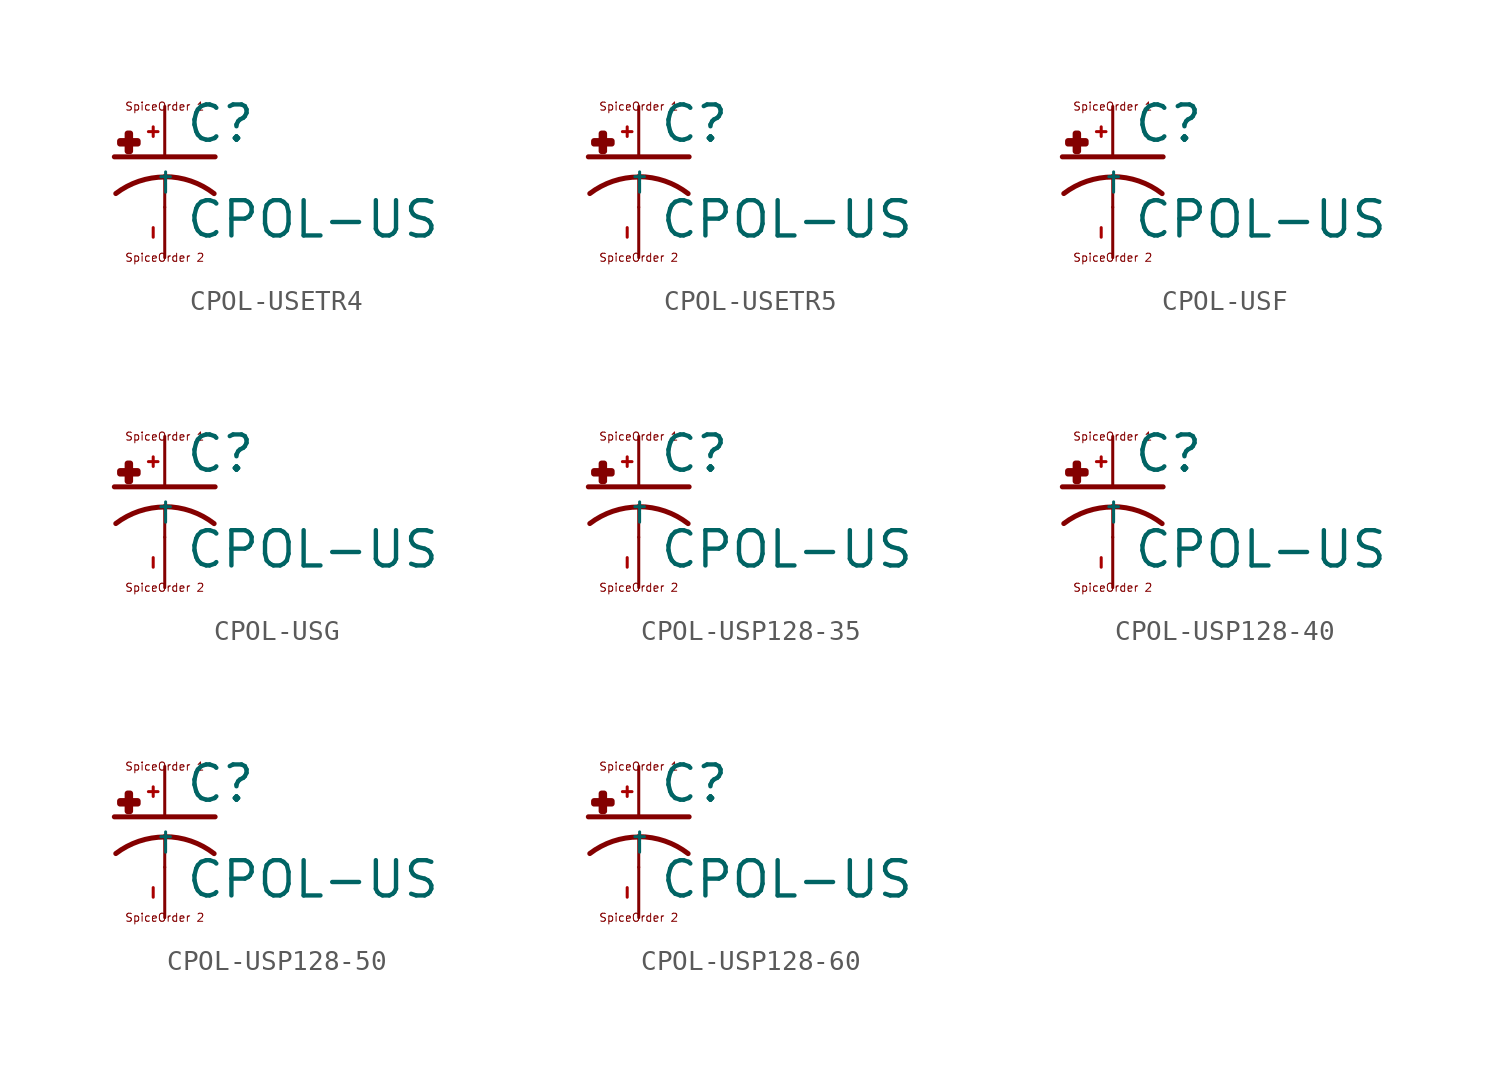
<source format=kicad_sym>
(kicad_symbol_lib
  (version 20220914)
  (generator Eagle2Kicad)
  (symbol "CPOL-USETR4"
    (property "Reference" "C"
      (at 1.016 0.635 0)
      (effects (font (size 1.778 1.778) (thickness 0.22)) (justify left bottom)))
    (property "Value" "CPOL-US"
      (at 1.016 -4.191 0)
      (effects (font (size 1.778 1.778) (thickness 0.22)) (justify left bottom)))
    (polyline
      (pts (xy -2.54 0) (xy 2.54 0))
      (stroke (width 0.254) (type default))
      (fill (type none)))
    (polyline
      (pts (xy 0 -1.016) (xy 0 -2.54))
      (stroke (width 0.152) (type default))
      (fill (type none)))
    (arc
      (start 2.4892 -1.8542)
      (mid 1.316 -1.220)
      (end 0 -1)
      (stroke (width 0.254) (type default))
      (fill (type none)))
    (arc
      (start 0 -1.0161)
      (mid -1.302 -1.230)
      (end -2.4669 -1.8504)
      (stroke (width 0.254) (type default))
      (fill (type none)))
    (text "SpiceOrder 1"
      (at 0 2.54 0)
      (effects (font (size 0.406 0.406) (thickness 0.05))))
    (text "SpiceOrder 2"
      (at 0 -5.08 0)
      (effects (font (size 0.406 0.406) (thickness 0.05))))
    (rectangle
      (start -2.253 0.668)
      (end -1.364 0.795)
      (stroke (width 0.3) (type default))
      (fill (type outline)))
    (rectangle
      (start -1.872 0.287)
      (end -1.745 1.176)
      (stroke (width 0.3) (type default))
      (fill (type outline)))
    (pin passive line
      (at 0 2.54 270)
      (length 2.54)
      (name "+" (effects (font (size 0.635 0.635) (thickness 0.08)) (justify left bottom)))
      (number "+" (effects (font (size 0.635 0.635) (thickness 0.08)) (justify left bottom))))
    (pin passive line
      (at 0 -5.08 90)
      (length 2.54)
      (name "-" (effects (font (size 0.635 0.635) (thickness 0.08)) (justify left bottom)))
      (number "-" (effects (font (size 0.635 0.635) (thickness 0.08)) (justify left bottom)))))
  (symbol "CPOL-USETR5"
    (property "Reference" "C"
      (at 1.016 0.635 0)
      (effects (font (size 1.778 1.778) (thickness 0.22)) (justify left bottom)))
    (property "Value" "CPOL-US"
      (at 1.016 -4.191 0)
      (effects (font (size 1.778 1.778) (thickness 0.22)) (justify left bottom)))
    (polyline
      (pts (xy -2.54 0) (xy 2.54 0))
      (stroke (width 0.254) (type default))
      (fill (type none)))
    (polyline
      (pts (xy 0 -1.016) (xy 0 -2.54))
      (stroke (width 0.152) (type default))
      (fill (type none)))
    (arc
      (start 2.4892 -1.8542)
      (mid 1.316 -1.220)
      (end 0 -1)
      (stroke (width 0.254) (type default))
      (fill (type none)))
    (arc
      (start 0 -1.0161)
      (mid -1.302 -1.230)
      (end -2.4669 -1.8504)
      (stroke (width 0.254) (type default))
      (fill (type none)))
    (text "SpiceOrder 1"
      (at 0 2.54 0)
      (effects (font (size 0.406 0.406) (thickness 0.05))))
    (text "SpiceOrder 2"
      (at 0 -5.08 0)
      (effects (font (size 0.406 0.406) (thickness 0.05))))
    (rectangle
      (start -2.253 0.668)
      (end -1.364 0.795)
      (stroke (width 0.3) (type default))
      (fill (type outline)))
    (rectangle
      (start -1.872 0.287)
      (end -1.745 1.176)
      (stroke (width 0.3) (type default))
      (fill (type outline)))
    (pin passive line
      (at 0 2.54 270)
      (length 2.54)
      (name "+" (effects (font (size 0.635 0.635) (thickness 0.08)) (justify left bottom)))
      (number "+" (effects (font (size 0.635 0.635) (thickness 0.08)) (justify left bottom))))
    (pin passive line
      (at 0 -5.08 90)
      (length 2.54)
      (name "-" (effects (font (size 0.635 0.635) (thickness 0.08)) (justify left bottom)))
      (number "-" (effects (font (size 0.635 0.635) (thickness 0.08)) (justify left bottom)))))
  (symbol "CPOL-USF"
    (property "Reference" "C"
      (at 1.016 0.635 0)
      (effects (font (size 1.778 1.778) (thickness 0.22)) (justify left bottom)))
    (property "Value" "CPOL-US"
      (at 1.016 -4.191 0)
      (effects (font (size 1.778 1.778) (thickness 0.22)) (justify left bottom)))
    (polyline
      (pts (xy -2.54 0) (xy 2.54 0))
      (stroke (width 0.254) (type default))
      (fill (type none)))
    (polyline
      (pts (xy 0 -1.016) (xy 0 -2.54))
      (stroke (width 0.152) (type default))
      (fill (type none)))
    (arc
      (start 2.4892 -1.8542)
      (mid 1.316 -1.220)
      (end 0 -1)
      (stroke (width 0.254) (type default))
      (fill (type none)))
    (arc
      (start 0 -1.0161)
      (mid -1.302 -1.230)
      (end -2.4669 -1.8504)
      (stroke (width 0.254) (type default))
      (fill (type none)))
    (text "SpiceOrder 1"
      (at 0 2.54 0)
      (effects (font (size 0.406 0.406) (thickness 0.05))))
    (text "SpiceOrder 2"
      (at 0 -5.08 0)
      (effects (font (size 0.406 0.406) (thickness 0.05))))
    (rectangle
      (start -2.253 0.668)
      (end -1.364 0.795)
      (stroke (width 0.3) (type default))
      (fill (type outline)))
    (rectangle
      (start -1.872 0.287)
      (end -1.745 1.176)
      (stroke (width 0.3) (type default))
      (fill (type outline)))
    (pin passive line
      (at 0 2.54 270)
      (length 2.54)
      (name "+" (effects (font (size 0.635 0.635) (thickness 0.08)) (justify left bottom)))
      (number "+" (effects (font (size 0.635 0.635) (thickness 0.08)) (justify left bottom))))
    (pin passive line
      (at 0 -5.08 90)
      (length 2.54)
      (name "-" (effects (font (size 0.635 0.635) (thickness 0.08)) (justify left bottom)))
      (number "-" (effects (font (size 0.635 0.635) (thickness 0.08)) (justify left bottom)))))
  (symbol "CPOL-USG"
    (property "Reference" "C"
      (at 1.016 0.635 0)
      (effects (font (size 1.778 1.778) (thickness 0.22)) (justify left bottom)))
    (property "Value" "CPOL-US"
      (at 1.016 -4.191 0)
      (effects (font (size 1.778 1.778) (thickness 0.22)) (justify left bottom)))
    (polyline
      (pts (xy -2.54 0) (xy 2.54 0))
      (stroke (width 0.254) (type default))
      (fill (type none)))
    (polyline
      (pts (xy 0 -1.016) (xy 0 -2.54))
      (stroke (width 0.152) (type default))
      (fill (type none)))
    (arc
      (start 2.4892 -1.8542)
      (mid 1.316 -1.220)
      (end 0 -1)
      (stroke (width 0.254) (type default))
      (fill (type none)))
    (arc
      (start 0 -1.0161)
      (mid -1.302 -1.230)
      (end -2.4669 -1.8504)
      (stroke (width 0.254) (type default))
      (fill (type none)))
    (text "SpiceOrder 1"
      (at 0 2.54 0)
      (effects (font (size 0.406 0.406) (thickness 0.05))))
    (text "SpiceOrder 2"
      (at 0 -5.08 0)
      (effects (font (size 0.406 0.406) (thickness 0.05))))
    (rectangle
      (start -2.253 0.668)
      (end -1.364 0.795)
      (stroke (width 0.3) (type default))
      (fill (type outline)))
    (rectangle
      (start -1.872 0.287)
      (end -1.745 1.176)
      (stroke (width 0.3) (type default))
      (fill (type outline)))
    (pin passive line
      (at 0 2.54 270)
      (length 2.54)
      (name "+" (effects (font (size 0.635 0.635) (thickness 0.08)) (justify left bottom)))
      (number "+" (effects (font (size 0.635 0.635) (thickness 0.08)) (justify left bottom))))
    (pin passive line
      (at 0 -5.08 90)
      (length 2.54)
      (name "-" (effects (font (size 0.635 0.635) (thickness 0.08)) (justify left bottom)))
      (number "-" (effects (font (size 0.635 0.635) (thickness 0.08)) (justify left bottom)))))
  (symbol "CPOL-USP128-35"
    (property "Reference" "C"
      (at 1.016 0.635 0)
      (effects (font (size 1.778 1.778) (thickness 0.22)) (justify left bottom)))
    (property "Value" "CPOL-US"
      (at 1.016 -4.191 0)
      (effects (font (size 1.778 1.778) (thickness 0.22)) (justify left bottom)))
    (polyline
      (pts (xy -2.54 0) (xy 2.54 0))
      (stroke (width 0.254) (type default))
      (fill (type none)))
    (polyline
      (pts (xy 0 -1.016) (xy 0 -2.54))
      (stroke (width 0.152) (type default))
      (fill (type none)))
    (arc
      (start 2.4892 -1.8542)
      (mid 1.316 -1.220)
      (end 0 -1)
      (stroke (width 0.254) (type default))
      (fill (type none)))
    (arc
      (start 0 -1.0161)
      (mid -1.302 -1.230)
      (end -2.4669 -1.8504)
      (stroke (width 0.254) (type default))
      (fill (type none)))
    (text "SpiceOrder 1"
      (at 0 2.54 0)
      (effects (font (size 0.406 0.406) (thickness 0.05))))
    (text "SpiceOrder 2"
      (at 0 -5.08 0)
      (effects (font (size 0.406 0.406) (thickness 0.05))))
    (rectangle
      (start -2.253 0.668)
      (end -1.364 0.795)
      (stroke (width 0.3) (type default))
      (fill (type outline)))
    (rectangle
      (start -1.872 0.287)
      (end -1.745 1.176)
      (stroke (width 0.3) (type default))
      (fill (type outline)))
    (pin passive line
      (at 0 2.54 270)
      (length 2.54)
      (name "+" (effects (font (size 0.635 0.635) (thickness 0.08)) (justify left bottom)))
      (number "+" (effects (font (size 0.635 0.635) (thickness 0.08)) (justify left bottom))))
    (pin passive line
      (at 0 -5.08 90)
      (length 2.54)
      (name "-" (effects (font (size 0.635 0.635) (thickness 0.08)) (justify left bottom)))
      (number "-" (effects (font (size 0.635 0.635) (thickness 0.08)) (justify left bottom)))))
  (symbol "CPOL-USP128-40"
    (property "Reference" "C"
      (at 1.016 0.635 0)
      (effects (font (size 1.778 1.778) (thickness 0.22)) (justify left bottom)))
    (property "Value" "CPOL-US"
      (at 1.016 -4.191 0)
      (effects (font (size 1.778 1.778) (thickness 0.22)) (justify left bottom)))
    (polyline
      (pts (xy -2.54 0) (xy 2.54 0))
      (stroke (width 0.254) (type default))
      (fill (type none)))
    (polyline
      (pts (xy 0 -1.016) (xy 0 -2.54))
      (stroke (width 0.152) (type default))
      (fill (type none)))
    (arc
      (start 2.4892 -1.8542)
      (mid 1.316 -1.220)
      (end 0 -1)
      (stroke (width 0.254) (type default))
      (fill (type none)))
    (arc
      (start 0 -1.0161)
      (mid -1.302 -1.230)
      (end -2.4669 -1.8504)
      (stroke (width 0.254) (type default))
      (fill (type none)))
    (text "SpiceOrder 1"
      (at 0 2.54 0)
      (effects (font (size 0.406 0.406) (thickness 0.05))))
    (text "SpiceOrder 2"
      (at 0 -5.08 0)
      (effects (font (size 0.406 0.406) (thickness 0.05))))
    (rectangle
      (start -2.253 0.668)
      (end -1.364 0.795)
      (stroke (width 0.3) (type default))
      (fill (type outline)))
    (rectangle
      (start -1.872 0.287)
      (end -1.745 1.176)
      (stroke (width 0.3) (type default))
      (fill (type outline)))
    (pin passive line
      (at 0 2.54 270)
      (length 2.54)
      (name "+" (effects (font (size 0.635 0.635) (thickness 0.08)) (justify left bottom)))
      (number "+" (effects (font (size 0.635 0.635) (thickness 0.08)) (justify left bottom))))
    (pin passive line
      (at 0 -5.08 90)
      (length 2.54)
      (name "-" (effects (font (size 0.635 0.635) (thickness 0.08)) (justify left bottom)))
      (number "-" (effects (font (size 0.635 0.635) (thickness 0.08)) (justify left bottom)))))
  (symbol "CPOL-USP128-50"
    (property "Reference" "C"
      (at 1.016 0.635 0)
      (effects (font (size 1.778 1.778) (thickness 0.22)) (justify left bottom)))
    (property "Value" "CPOL-US"
      (at 1.016 -4.191 0)
      (effects (font (size 1.778 1.778) (thickness 0.22)) (justify left bottom)))
    (polyline
      (pts (xy -2.54 0) (xy 2.54 0))
      (stroke (width 0.254) (type default))
      (fill (type none)))
    (polyline
      (pts (xy 0 -1.016) (xy 0 -2.54))
      (stroke (width 0.152) (type default))
      (fill (type none)))
    (arc
      (start 2.4892 -1.8542)
      (mid 1.316 -1.220)
      (end 0 -1)
      (stroke (width 0.254) (type default))
      (fill (type none)))
    (arc
      (start 0 -1.0161)
      (mid -1.302 -1.230)
      (end -2.4669 -1.8504)
      (stroke (width 0.254) (type default))
      (fill (type none)))
    (text "SpiceOrder 1"
      (at 0 2.54 0)
      (effects (font (size 0.406 0.406) (thickness 0.05))))
    (text "SpiceOrder 2"
      (at 0 -5.08 0)
      (effects (font (size 0.406 0.406) (thickness 0.05))))
    (rectangle
      (start -2.253 0.668)
      (end -1.364 0.795)
      (stroke (width 0.3) (type default))
      (fill (type outline)))
    (rectangle
      (start -1.872 0.287)
      (end -1.745 1.176)
      (stroke (width 0.3) (type default))
      (fill (type outline)))
    (pin passive line
      (at 0 2.54 270)
      (length 2.54)
      (name "+" (effects (font (size 0.635 0.635) (thickness 0.08)) (justify left bottom)))
      (number "+" (effects (font (size 0.635 0.635) (thickness 0.08)) (justify left bottom))))
    (pin passive line
      (at 0 -5.08 90)
      (length 2.54)
      (name "-" (effects (font (size 0.635 0.635) (thickness 0.08)) (justify left bottom)))
      (number "-" (effects (font (size 0.635 0.635) (thickness 0.08)) (justify left bottom)))))
  (symbol "CPOL-USP128-60"
    (property "Reference" "C"
      (at 1.016 0.635 0)
      (effects (font (size 1.778 1.778) (thickness 0.22)) (justify left bottom)))
    (property "Value" "CPOL-US"
      (at 1.016 -4.191 0)
      (effects (font (size 1.778 1.778) (thickness 0.22)) (justify left bottom)))
    (polyline
      (pts (xy -2.54 0) (xy 2.54 0))
      (stroke (width 0.254) (type default))
      (fill (type none)))
    (polyline
      (pts (xy 0 -1.016) (xy 0 -2.54))
      (stroke (width 0.152) (type default))
      (fill (type none)))
    (arc
      (start 2.4892 -1.8542)
      (mid 1.316 -1.220)
      (end 0 -1)
      (stroke (width 0.254) (type default))
      (fill (type none)))
    (arc
      (start 0 -1.0161)
      (mid -1.302 -1.230)
      (end -2.4669 -1.8504)
      (stroke (width 0.254) (type default))
      (fill (type none)))
    (text "SpiceOrder 1"
      (at 0 2.54 0)
      (effects (font (size 0.406 0.406) (thickness 0.05))))
    (text "SpiceOrder 2"
      (at 0 -5.08 0)
      (effects (font (size 0.406 0.406) (thickness 0.05))))
    (rectangle
      (start -2.253 0.668)
      (end -1.364 0.795)
      (stroke (width 0.3) (type default))
      (fill (type outline)))
    (rectangle
      (start -1.872 0.287)
      (end -1.745 1.176)
      (stroke (width 0.3) (type default))
      (fill (type outline)))
    (pin passive line
      (at 0 2.54 270)
      (length 2.54)
      (name "+" (effects (font (size 0.635 0.635) (thickness 0.08)) (justify left bottom)))
      (number "+" (effects (font (size 0.635 0.635) (thickness 0.08)) (justify left bottom))))
    (pin passive line
      (at 0 -5.08 90)
      (length 2.54)
      (name "-" (effects (font (size 0.635 0.635) (thickness 0.08)) (justify left bottom)))
      (number "-" (effects (font (size 0.635 0.635) (thickness 0.08)) (justify left bottom))))))
</source>
